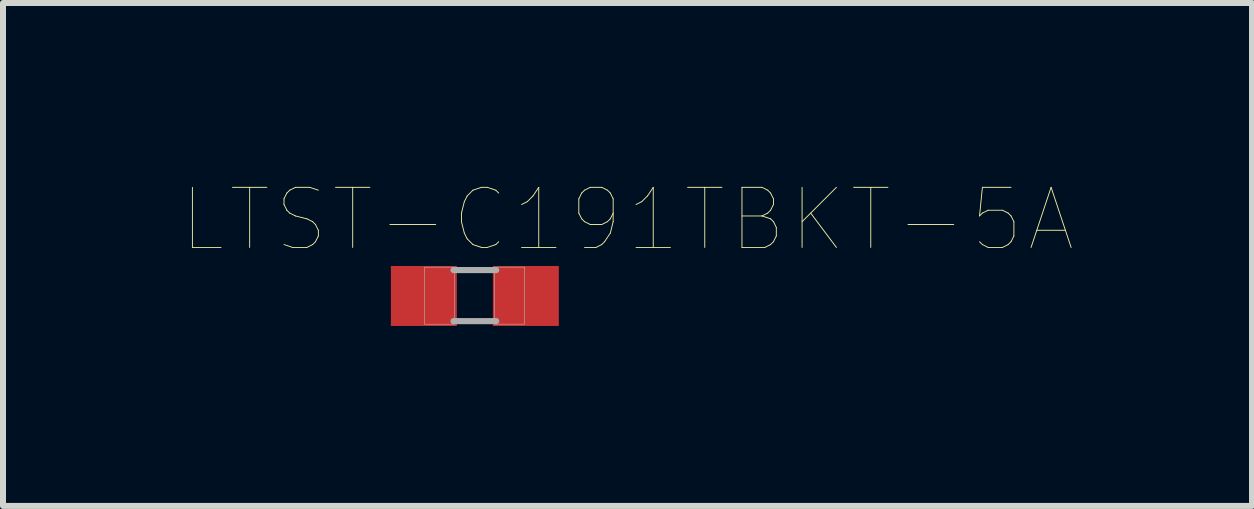
<source format=kicad_pcb>
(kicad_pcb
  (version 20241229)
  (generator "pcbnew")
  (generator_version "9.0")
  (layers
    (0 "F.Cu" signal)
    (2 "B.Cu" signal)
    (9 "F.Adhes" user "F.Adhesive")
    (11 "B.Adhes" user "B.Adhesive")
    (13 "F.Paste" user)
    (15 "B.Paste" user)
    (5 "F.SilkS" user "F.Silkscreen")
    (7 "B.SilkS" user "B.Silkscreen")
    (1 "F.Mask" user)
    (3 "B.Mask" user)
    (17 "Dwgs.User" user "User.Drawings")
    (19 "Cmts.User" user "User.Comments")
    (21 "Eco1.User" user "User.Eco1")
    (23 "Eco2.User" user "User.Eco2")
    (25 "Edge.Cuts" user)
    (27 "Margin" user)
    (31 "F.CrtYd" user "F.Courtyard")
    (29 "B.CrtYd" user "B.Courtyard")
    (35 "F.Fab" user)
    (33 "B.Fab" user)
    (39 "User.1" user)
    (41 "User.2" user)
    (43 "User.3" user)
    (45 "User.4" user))
  (footprint "LTST-C191TBKT-5A"
    (layer "F.Cu")
    (at 4.866 1.884)
    (property "Reference" "LTST-C191TBKT-5A" (at 2.544 -1.272 0) (layer "F.SilkS") (effects (font (size 1.002 1.002) (thickness 0.015))))
    (attr through_hole)
    (fp_line (start -0.356 -0.432) (end 0.356 -0.432) (stroke (width 0.102) (type solid)) (layer "F.Fab"))
    (fp_line (start -0.356 0.419) (end 0.356 0.419) (stroke (width 0.102) (type solid)) (layer "F.Fab"))
    (fp_poly (pts (xy -0.84 -0.48) (xy -0.338 -0.48) (xy -0.338 0.471) (xy -0.84 0.471)) (stroke (width 0.01) (type solid)) (fill no) (layer "F.Fab"))
    (fp_poly (pts (xy 0.331 -0.48) (xy 0.83 -0.48) (xy 0.83 0.47) (xy 0.331 0.47)) (stroke (width 0.01) (type solid)) (fill no) (layer "F.Fab"))
    (pad "1" smd rect (at -0.85 0) (size 1.1 1) (layers "F.Cu" "F.Mask" "F.Paste"))
    (pad "2" smd rect (at 0.85 0) (size 1.1 1) (layers "F.Cu" "F.Mask" "F.Paste")))
  (gr_rect
    (start -3 -3)
    (end 17.821 5.384)
    (stroke (width 0.1) (type default))
    (fill no)
    (layer "Edge.Cuts")))
</source>
